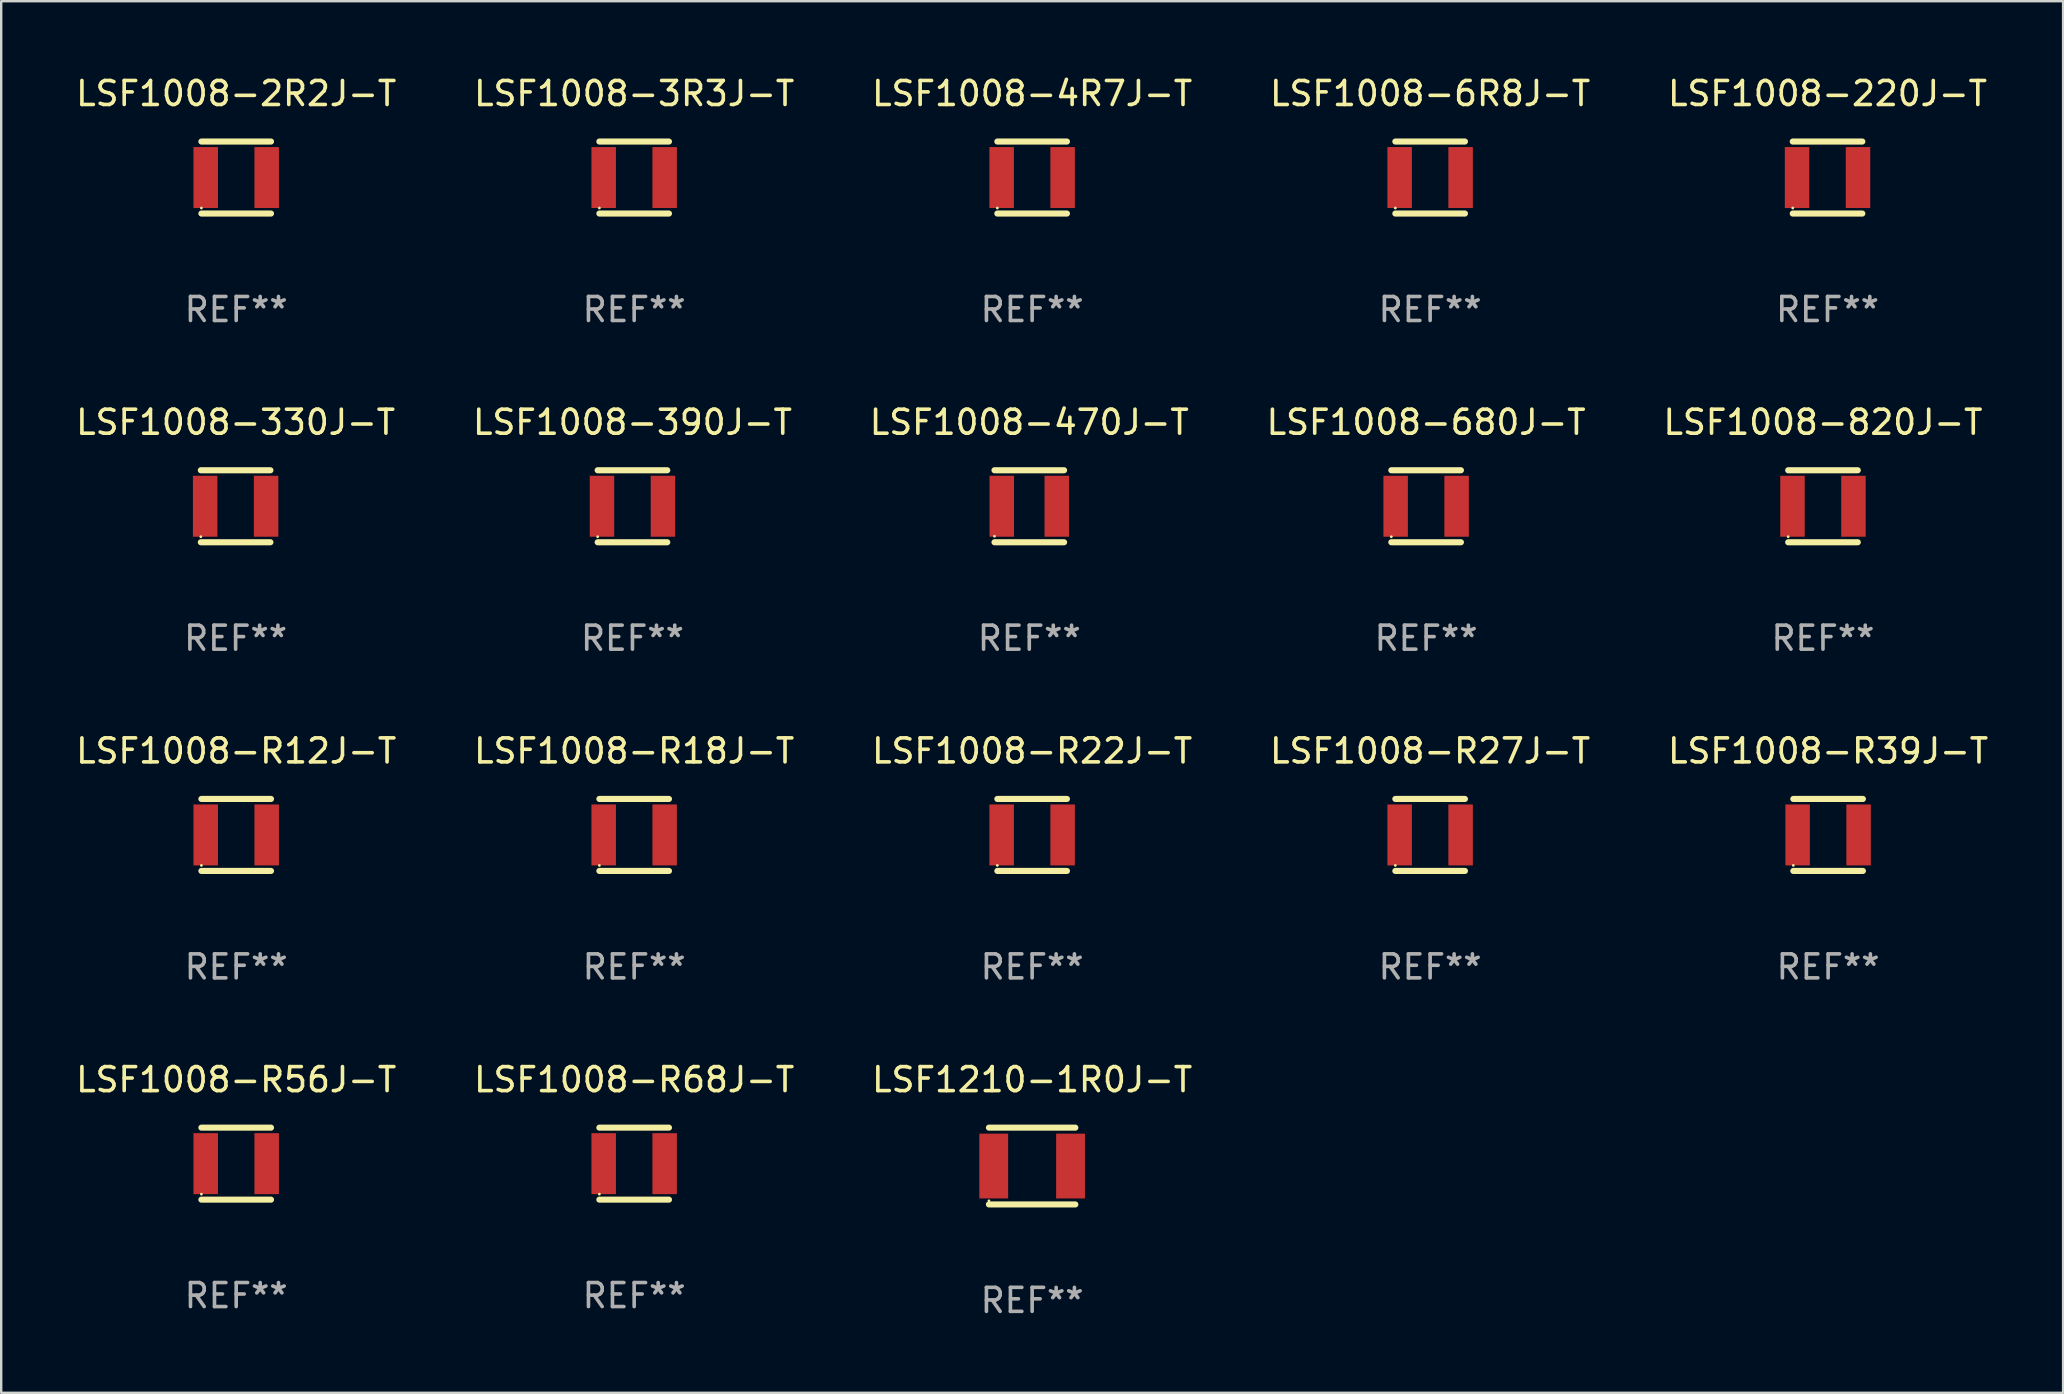
<source format=kicad_pcb>
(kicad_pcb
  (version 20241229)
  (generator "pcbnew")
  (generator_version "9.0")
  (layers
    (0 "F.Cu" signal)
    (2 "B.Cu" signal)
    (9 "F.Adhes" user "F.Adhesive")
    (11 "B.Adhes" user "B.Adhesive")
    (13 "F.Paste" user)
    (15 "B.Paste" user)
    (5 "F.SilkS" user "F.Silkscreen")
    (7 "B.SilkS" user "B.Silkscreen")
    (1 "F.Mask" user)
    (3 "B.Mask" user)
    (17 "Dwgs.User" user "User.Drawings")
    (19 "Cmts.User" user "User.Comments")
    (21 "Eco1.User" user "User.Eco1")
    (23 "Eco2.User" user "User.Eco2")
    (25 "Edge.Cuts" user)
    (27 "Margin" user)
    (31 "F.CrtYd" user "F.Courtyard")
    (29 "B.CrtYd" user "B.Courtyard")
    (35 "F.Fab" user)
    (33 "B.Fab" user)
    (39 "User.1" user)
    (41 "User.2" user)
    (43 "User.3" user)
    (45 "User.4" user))
  (footprint "LSF1008-R27J-T"
    (layer "F.Cu")
    (at 56.542 31.741)
    (property "Reference" "LSF1008-R27J-T" (at 0 -3.5 0) (layer "F.SilkS") (effects (font (size 1 1) (thickness 0.15))))
    (attr through_hole)
    (fp_line (start -1.45 -1.5) (end 1.45 -1.5) (stroke (width 0.254) (type solid)) (layer "F.SilkS"))
    (fp_line (start -1.45 1.5) (end 1.45 1.5) (stroke (width 0.254) (type solid)) (layer "F.SilkS"))
    (fp_circle (center -1.45 1.27) (end -1.42 1.27) (stroke (width 0.06) (type solid)) (fill no) (layer "F.SilkS"))
    (fp_text user "REF**" (at 0 5.5 0) (layer "F.Fab") (effects (font (size 1 1) (thickness 0.15))))
    (pad "1" smd rect (at -1.27 0 90) (size 2.54 1.02) (layers "F.Cu" "F.Mask" "F.Paste"))
    (pad "2" smd rect (at 1.27 0 90) (size 2.54 1.02) (layers "F.Cu" "F.Mask" "F.Paste")))
  (footprint "LSF1008-680J-T"
    (layer "F.Cu")
    (at 56.375 18.045)
    (property "Reference" "LSF1008-680J-T" (at 0 -3.5 0) (layer "F.SilkS") (effects (font (size 1 1) (thickness 0.15))))
    (attr through_hole)
    (fp_line (start -1.45 -1.5) (end 1.45 -1.5) (stroke (width 0.254) (type solid)) (layer "F.SilkS"))
    (fp_line (start -1.45 1.5) (end 1.45 1.5) (stroke (width 0.254) (type solid)) (layer "F.SilkS"))
    (fp_circle (center -1.45 1.27) (end -1.42 1.27) (stroke (width 0.06) (type solid)) (fill no) (layer "F.SilkS"))
    (fp_text user "REF**" (at 0 5.5 0) (layer "F.Fab") (effects (font (size 1 1) (thickness 0.15))))
    (pad "1" smd rect (at -1.27 0 90) (size 2.54 1.02) (layers "F.Cu" "F.Mask" "F.Paste"))
    (pad "2" smd rect (at 1.27 0 90) (size 2.54 1.02) (layers "F.Cu" "F.Mask" "F.Paste")))
  (footprint "LSF1008-R56J-T"
    (layer "F.Cu")
    (at 6.792 45.438)
    (property "Reference" "LSF1008-R56J-T" (at 0 -3.5 0) (layer "F.SilkS") (effects (font (size 1 1) (thickness 0.15))))
    (attr through_hole)
    (fp_line (start -1.45 -1.5) (end 1.45 -1.5) (stroke (width 0.254) (type solid)) (layer "F.SilkS"))
    (fp_line (start -1.45 1.5) (end 1.45 1.5) (stroke (width 0.254) (type solid)) (layer "F.SilkS"))
    (fp_circle (center -1.45 1.27) (end -1.42 1.27) (stroke (width 0.06) (type solid)) (fill no) (layer "F.SilkS"))
    (fp_text user "REF**" (at 0 5.5 0) (layer "F.Fab") (effects (font (size 1 1) (thickness 0.15))))
    (pad "1" smd rect (at -1.27 0 90) (size 2.54 1.02) (layers "F.Cu" "F.Mask" "F.Paste"))
    (pad "2" smd rect (at 1.27 0 90) (size 2.54 1.02) (layers "F.Cu" "F.Mask" "F.Paste")))
  (footprint "LSF1008-R22J-T"
    (layer "F.Cu")
    (at 39.958 31.741)
    (property "Reference" "LSF1008-R22J-T" (at 0 -3.5 0) (layer "F.SilkS") (effects (font (size 1 1) (thickness 0.15))))
    (attr through_hole)
    (fp_line (start -1.45 -1.5) (end 1.45 -1.5) (stroke (width 0.254) (type solid)) (layer "F.SilkS"))
    (fp_line (start -1.45 1.5) (end 1.45 1.5) (stroke (width 0.254) (type solid)) (layer "F.SilkS"))
    (fp_circle (center -1.45 1.27) (end -1.42 1.27) (stroke (width 0.06) (type solid)) (fill no) (layer "F.SilkS"))
    (fp_text user "REF**" (at 0 5.5 0) (layer "F.Fab") (effects (font (size 1 1) (thickness 0.15))))
    (pad "1" smd rect (at -1.27 0 90) (size 2.54 1.02) (layers "F.Cu" "F.Mask" "F.Paste"))
    (pad "2" smd rect (at 1.27 0 90) (size 2.54 1.02) (layers "F.Cu" "F.Mask" "F.Paste")))
  (footprint "LSF1008-2R2J-T"
    (layer "F.Cu")
    (at 6.792 4.348)
    (property "Reference" "LSF1008-2R2J-T" (at 0 -3.5 0) (layer "F.SilkS") (effects (font (size 1 1) (thickness 0.15))))
    (attr through_hole)
    (fp_line (start -1.45 -1.5) (end 1.45 -1.5) (stroke (width 0.254) (type solid)) (layer "F.SilkS"))
    (fp_line (start -1.45 1.5) (end 1.45 1.5) (stroke (width 0.254) (type solid)) (layer "F.SilkS"))
    (fp_circle (center -1.45 1.27) (end -1.42 1.27) (stroke (width 0.06) (type solid)) (fill no) (layer "F.SilkS"))
    (fp_text user "REF**" (at 0 5.5 0) (layer "F.Fab") (effects (font (size 1 1) (thickness 0.15))))
    (pad "1" smd rect (at -1.27 0 90) (size 2.54 1.02) (layers "F.Cu" "F.Mask" "F.Paste"))
    (pad "2" smd rect (at 1.27 0 90) (size 2.54 1.02) (layers "F.Cu" "F.Mask" "F.Paste")))
  (footprint "LSF1008-220J-T"
    (layer "F.Cu")
    (at 73.101 4.348)
    (property "Reference" "LSF1008-220J-T" (at 0 -3.5 0) (layer "F.SilkS") (effects (font (size 1 1) (thickness 0.15))))
    (attr through_hole)
    (fp_line (start -1.45 -1.5) (end 1.45 -1.5) (stroke (width 0.254) (type solid)) (layer "F.SilkS"))
    (fp_line (start -1.45 1.5) (end 1.45 1.5) (stroke (width 0.254) (type solid)) (layer "F.SilkS"))
    (fp_circle (center -1.45 1.27) (end -1.42 1.27) (stroke (width 0.06) (type solid)) (fill no) (layer "F.SilkS"))
    (fp_text user "REF**" (at 0 5.5 0) (layer "F.Fab") (effects (font (size 1 1) (thickness 0.15))))
    (pad "1" smd rect (at -1.27 0 90) (size 2.54 1.02) (layers "F.Cu" "F.Mask" "F.Paste"))
    (pad "2" smd rect (at 1.27 0 90) (size 2.54 1.02) (layers "F.Cu" "F.Mask" "F.Paste")))
  (footprint "LSF1008-R18J-T"
    (layer "F.Cu")
    (at 23.375 31.741)
    (property "Reference" "LSF1008-R18J-T" (at 0 -3.5 0) (layer "F.SilkS") (effects (font (size 1 1) (thickness 0.15))))
    (attr through_hole)
    (fp_line (start -1.45 -1.5) (end 1.45 -1.5) (stroke (width 0.254) (type solid)) (layer "F.SilkS"))
    (fp_line (start -1.45 1.5) (end 1.45 1.5) (stroke (width 0.254) (type solid)) (layer "F.SilkS"))
    (fp_circle (center -1.45 1.27) (end -1.42 1.27) (stroke (width 0.06) (type solid)) (fill no) (layer "F.SilkS"))
    (fp_text user "REF**" (at 0 5.5 0) (layer "F.Fab") (effects (font (size 1 1) (thickness 0.15))))
    (pad "1" smd rect (at -1.27 0 90) (size 2.54 1.02) (layers "F.Cu" "F.Mask" "F.Paste"))
    (pad "2" smd rect (at 1.27 0 90) (size 2.54 1.02) (layers "F.Cu" "F.Mask" "F.Paste")))
  (footprint "LSF1008-R12J-T"
    (layer "F.Cu")
    (at 6.792 31.741)
    (property "Reference" "LSF1008-R12J-T" (at 0 -3.5 0) (layer "F.SilkS") (effects (font (size 1 1) (thickness 0.15))))
    (attr through_hole)
    (fp_line (start -1.45 -1.5) (end 1.45 -1.5) (stroke (width 0.254) (type solid)) (layer "F.SilkS"))
    (fp_line (start -1.45 1.5) (end 1.45 1.5) (stroke (width 0.254) (type solid)) (layer "F.SilkS"))
    (fp_circle (center -1.45 1.27) (end -1.42 1.27) (stroke (width 0.06) (type solid)) (fill no) (layer "F.SilkS"))
    (fp_text user "REF**" (at 0 5.5 0) (layer "F.Fab") (effects (font (size 1 1) (thickness 0.15))))
    (pad "1" smd rect (at -1.27 0 90) (size 2.54 1.02) (layers "F.Cu" "F.Mask" "F.Paste"))
    (pad "2" smd rect (at 1.27 0 90) (size 2.54 1.02) (layers "F.Cu" "F.Mask" "F.Paste")))
  (footprint "LSF1008-470J-T"
    (layer "F.Cu")
    (at 39.839 18.045)
    (property "Reference" "LSF1008-470J-T" (at 0 -3.5 0) (layer "F.SilkS") (effects (font (size 1 1) (thickness 0.15))))
    (attr through_hole)
    (fp_line (start -1.45 -1.5) (end 1.45 -1.5) (stroke (width 0.254) (type solid)) (layer "F.SilkS"))
    (fp_line (start -1.45 1.5) (end 1.45 1.5) (stroke (width 0.254) (type solid)) (layer "F.SilkS"))
    (fp_circle (center -1.45 1.25) (end -1.42 1.25) (stroke (width 0.06) (type solid)) (fill no) (layer "F.SilkS"))
    (fp_text user "REF**" (at 0 5.5 0) (layer "F.Fab") (effects (font (size 1 1) (thickness 0.15))))
    (pad "1" smd rect (at -1.145 0 90) (size 2.54 1.02) (layers "F.Cu" "F.Mask" "F.Paste"))
    (pad "2" smd rect (at 1.145 0 90) (size 2.54 1.02) (layers "F.Cu" "F.Mask" "F.Paste")))
  (footprint "LSF1008-390J-T"
    (layer "F.Cu")
    (at 23.304 18.045)
    (property "Reference" "LSF1008-390J-T" (at 0 -3.5 0) (layer "F.SilkS") (effects (font (size 1 1) (thickness 0.15))))
    (attr through_hole)
    (fp_line (start -1.45 -1.5) (end 1.45 -1.5) (stroke (width 0.254) (type solid)) (layer "F.SilkS"))
    (fp_line (start -1.45 1.5) (end 1.45 1.5) (stroke (width 0.254) (type solid)) (layer "F.SilkS"))
    (fp_circle (center -1.45 1.27) (end -1.42 1.27) (stroke (width 0.06) (type solid)) (fill no) (layer "F.SilkS"))
    (fp_text user "REF**" (at 0 5.5 0) (layer "F.Fab") (effects (font (size 1 1) (thickness 0.15))))
    (pad "1" smd rect (at -1.27 0 90) (size 2.54 1.02) (layers "F.Cu" "F.Mask" "F.Paste"))
    (pad "2" smd rect (at 1.27 0 90) (size 2.54 1.02) (layers "F.Cu" "F.Mask" "F.Paste")))
  (footprint "LSF1008-R68J-T"
    (layer "F.Cu")
    (at 23.375 45.438)
    (property "Reference" "LSF1008-R68J-T" (at 0 -3.5 0) (layer "F.SilkS") (effects (font (size 1 1) (thickness 0.15))))
    (attr through_hole)
    (fp_line (start -1.45 -1.5) (end 1.45 -1.5) (stroke (width 0.254) (type solid)) (layer "F.SilkS"))
    (fp_line (start -1.45 1.5) (end 1.45 1.5) (stroke (width 0.254) (type solid)) (layer "F.SilkS"))
    (fp_circle (center -1.45 1.27) (end -1.42 1.27) (stroke (width 0.06) (type solid)) (fill no) (layer "F.SilkS"))
    (fp_text user "REF**" (at 0 5.5 0) (layer "F.Fab") (effects (font (size 1 1) (thickness 0.15))))
    (pad "1" smd rect (at -1.27 0 90) (size 2.54 1.02) (layers "F.Cu" "F.Mask" "F.Paste"))
    (pad "2" smd rect (at 1.27 0 90) (size 2.54 1.02) (layers "F.Cu" "F.Mask" "F.Paste")))
  (footprint "LSF1008-820J-T"
    (layer "F.Cu")
    (at 72.911 18.045)
    (property "Reference" "LSF1008-820J-T" (at 0 -3.5 0) (layer "F.SilkS") (effects (font (size 1 1) (thickness 0.15))))
    (attr through_hole)
    (fp_line (start -1.45 -1.5) (end 1.45 -1.5) (stroke (width 0.254) (type solid)) (layer "F.SilkS"))
    (fp_line (start -1.45 1.5) (end 1.45 1.5) (stroke (width 0.254) (type solid)) (layer "F.SilkS"))
    (fp_circle (center -1.45 1.27) (end -1.42 1.27) (stroke (width 0.06) (type solid)) (fill no) (layer "F.SilkS"))
    (fp_text user "REF**" (at 0 5.5 0) (layer "F.Fab") (effects (font (size 1 1) (thickness 0.15))))
    (pad "1" smd rect (at -1.27 0 90) (size 2.54 1.02) (layers "F.Cu" "F.Mask" "F.Paste"))
    (pad "2" smd rect (at 1.27 0 90) (size 2.54 1.02) (layers "F.Cu" "F.Mask" "F.Paste")))
  (footprint "LSF1008-4R7J-T"
    (layer "F.Cu")
    (at 39.958 4.348)
    (property "Reference" "LSF1008-4R7J-T" (at 0 -3.5 0) (layer "F.SilkS") (effects (font (size 1 1) (thickness 0.15))))
    (attr through_hole)
    (fp_line (start -1.45 -1.5) (end 1.45 -1.5) (stroke (width 0.254) (type solid)) (layer "F.SilkS"))
    (fp_line (start -1.45 1.5) (end 1.45 1.5) (stroke (width 0.254) (type solid)) (layer "F.SilkS"))
    (fp_circle (center -1.45 1.27) (end -1.42 1.27) (stroke (width 0.06) (type solid)) (fill no) (layer "F.SilkS"))
    (fp_text user "REF**" (at 0 5.5 0) (layer "F.Fab") (effects (font (size 1 1) (thickness 0.15))))
    (pad "1" smd rect (at -1.27 0 90) (size 2.54 1.02) (layers "F.Cu" "F.Mask" "F.Paste"))
    (pad "2" smd rect (at 1.27 0 90) (size 2.54 1.02) (layers "F.Cu" "F.Mask" "F.Paste")))
  (footprint "LSF1008-330J-T"
    (layer "F.Cu")
    (at 6.768 18.045)
    (property "Reference" "LSF1008-330J-T" (at 0 -3.5 0) (layer "F.SilkS") (effects (font (size 1 1) (thickness 0.15))))
    (attr through_hole)
    (fp_line (start -1.45 -1.5) (end 1.45 -1.5) (stroke (width 0.254) (type solid)) (layer "F.SilkS"))
    (fp_line (start -1.45 1.5) (end 1.45 1.5) (stroke (width 0.254) (type solid)) (layer "F.SilkS"))
    (fp_circle (center -1.45 1.27) (end -1.42 1.27) (stroke (width 0.06) (type solid)) (fill no) (layer "F.SilkS"))
    (fp_text user "REF**" (at 0 5.5 0) (layer "F.Fab") (effects (font (size 1 1) (thickness 0.15))))
    (pad "1" smd rect (at -1.27 0 90) (size 2.54 1.02) (layers "F.Cu" "F.Mask" "F.Paste"))
    (pad "2" smd rect (at 1.27 0 90) (size 2.54 1.02) (layers "F.Cu" "F.Mask" "F.Paste")))
  (footprint "LSF1008-R39J-T"
    (layer "F.Cu")
    (at 73.125 31.741)
    (property "Reference" "LSF1008-R39J-T" (at 0 -3.5 0) (layer "F.SilkS") (effects (font (size 1 1) (thickness 0.15))))
    (attr through_hole)
    (fp_line (start -1.45 -1.5) (end 1.45 -1.5) (stroke (width 0.254) (type solid)) (layer "F.SilkS"))
    (fp_line (start -1.45 1.5) (end 1.45 1.5) (stroke (width 0.254) (type solid)) (layer "F.SilkS"))
    (fp_circle (center -1.45 1.27) (end -1.42 1.27) (stroke (width 0.06) (type solid)) (fill no) (layer "F.SilkS"))
    (fp_text user "REF**" (at 0 5.5 0) (layer "F.Fab") (effects (font (size 1 1) (thickness 0.15))))
    (pad "1" smd rect (at -1.27 0 90) (size 2.54 1.02) (layers "F.Cu" "F.Mask" "F.Paste"))
    (pad "2" smd rect (at 1.27 0 90) (size 2.54 1.02) (layers "F.Cu" "F.Mask" "F.Paste")))
  (footprint "LSF1008-3R3J-T"
    (layer "F.Cu")
    (at 23.375 4.348)
    (property "Reference" "LSF1008-3R3J-T" (at 0 -3.5 0) (layer "F.SilkS") (effects (font (size 1 1) (thickness 0.15))))
    (attr through_hole)
    (fp_line (start -1.45 -1.5) (end 1.45 -1.5) (stroke (width 0.254) (type solid)) (layer "F.SilkS"))
    (fp_line (start -1.45 1.5) (end 1.45 1.5) (stroke (width 0.254) (type solid)) (layer "F.SilkS"))
    (fp_circle (center -1.45 1.27) (end -1.42 1.27) (stroke (width 0.06) (type solid)) (fill no) (layer "F.SilkS"))
    (fp_text user "REF**" (at 0 5.5 0) (layer "F.Fab") (effects (font (size 1 1) (thickness 0.15))))
    (pad "1" smd rect (at -1.27 0 90) (size 2.54 1.02) (layers "F.Cu" "F.Mask" "F.Paste"))
    (pad "2" smd rect (at 1.27 0 90) (size 2.54 1.02) (layers "F.Cu" "F.Mask" "F.Paste")))
  (footprint "LSF1008-6R8J-T"
    (layer "F.Cu")
    (at 56.542 4.348)
    (property "Reference" "LSF1008-6R8J-T" (at 0 -3.5 0) (layer "F.SilkS") (effects (font (size 1 1) (thickness 0.15))))
    (attr through_hole)
    (fp_line (start -1.45 -1.5) (end 1.45 -1.5) (stroke (width 0.254) (type solid)) (layer "F.SilkS"))
    (fp_line (start -1.45 1.5) (end 1.45 1.5) (stroke (width 0.254) (type solid)) (layer "F.SilkS"))
    (fp_circle (center -1.45 1.27) (end -1.42 1.27) (stroke (width 0.06) (type solid)) (fill no) (layer "F.SilkS"))
    (fp_text user "REF**" (at 0 5.5 0) (layer "F.Fab") (effects (font (size 1 1) (thickness 0.15))))
    (pad "1" smd rect (at -1.27 0 90) (size 2.54 1.02) (layers "F.Cu" "F.Mask" "F.Paste"))
    (pad "2" smd rect (at 1.27 0 90) (size 2.54 1.02) (layers "F.Cu" "F.Mask" "F.Paste")))
  (footprint "LSF1210-1R0J-T"
    (layer "F.Cu")
    (at 39.958 45.538)
    (property "Reference" "LSF1210-1R0J-T" (at 0 -3.6 0) (layer "F.SilkS") (effects (font (size 1 1) (thickness 0.15))))
    (attr through_hole)
    (fp_line (start -1.8 -1.6) (end 1.8 -1.6) (stroke (width 0.254) (type solid)) (layer "F.SilkS"))
    (fp_line (start -1.8 1.6) (end 1.8 1.6) (stroke (width 0.254) (type solid)) (layer "F.SilkS"))
    (fp_circle (center -1.8 1.45) (end -1.77 1.45) (stroke (width 0.06) (type solid)) (fill no) (layer "F.SilkS"))
    (fp_text user "REF**" (at 0 5.6 0) (layer "F.Fab") (effects (font (size 1 1) (thickness 0.15))))
    (pad "1" smd rect (at -1.6 0 90) (size 2.7 1.2) (layers "F.Cu" "F.Mask" "F.Paste"))
    (pad "2" smd rect (at 1.6 0 90) (size 2.7 1.2) (layers "F.Cu" "F.Mask" "F.Paste")))
  (gr_rect
    (start -3 -3)
    (end 82.917 54.986)
    (stroke (width 0.1) (type default))
    (fill no)
    (layer "Edge.Cuts")))
</source>
